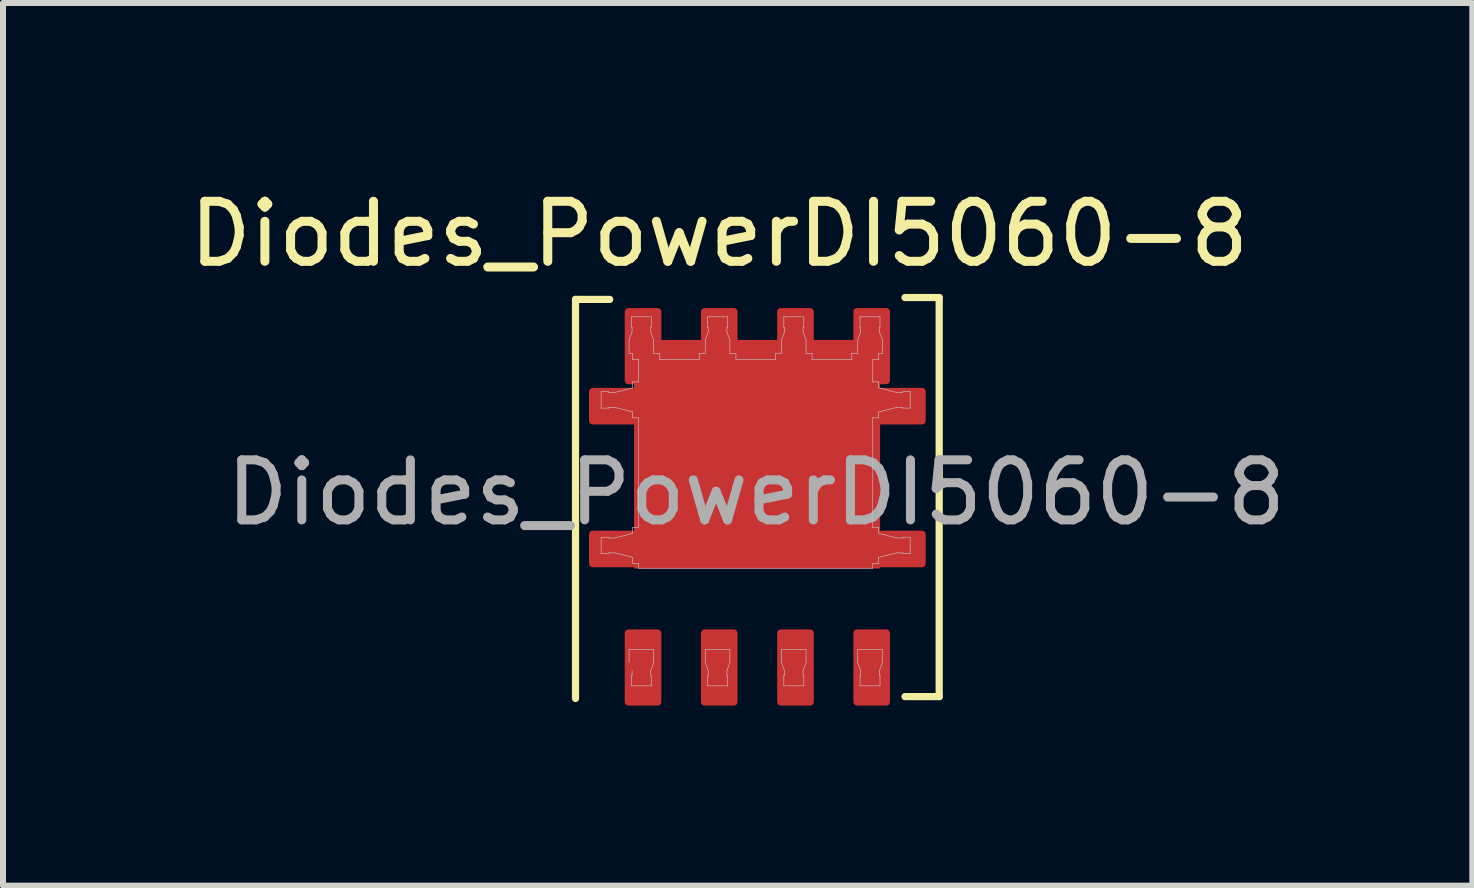
<source format=kicad_pcb>
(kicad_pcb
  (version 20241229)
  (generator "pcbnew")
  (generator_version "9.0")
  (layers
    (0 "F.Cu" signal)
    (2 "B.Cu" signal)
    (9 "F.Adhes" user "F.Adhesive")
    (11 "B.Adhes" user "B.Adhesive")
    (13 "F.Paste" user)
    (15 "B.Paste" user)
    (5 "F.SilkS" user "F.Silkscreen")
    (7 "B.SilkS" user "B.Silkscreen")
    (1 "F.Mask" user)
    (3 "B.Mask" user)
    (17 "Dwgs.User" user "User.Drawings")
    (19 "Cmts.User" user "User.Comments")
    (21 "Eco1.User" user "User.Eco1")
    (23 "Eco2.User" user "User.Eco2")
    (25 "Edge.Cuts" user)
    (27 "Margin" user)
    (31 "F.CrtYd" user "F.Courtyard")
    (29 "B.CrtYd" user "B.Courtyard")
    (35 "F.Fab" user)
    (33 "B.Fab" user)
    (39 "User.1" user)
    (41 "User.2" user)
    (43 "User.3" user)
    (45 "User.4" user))
  (footprint "Diodes_PowerDI5060-8"
    (layer "F.Cu")
    (at 9.57 6.418)
    (property "Reference" "Diodes_PowerDI5060-8" (at -0.635 -5.569 0) (unlocked yes) (layer "F.SilkS") (effects (font (size 1 1) (thickness 0.15))))
    (attr smd)
    (fp_line (start -3.03 -4.479) (end -3.03 2.171) (stroke (width 0.12) (type default)) (layer "F.SilkS"))
    (fp_line (start -3.03 -4.479) (end -2.46 -4.479) (stroke (width 0.12) (type default)) (layer "F.SilkS"))
    (fp_line (start 3.03 -4.51) (end 2.46 -4.51) (stroke (width 0.12) (type default)) (layer "F.SilkS"))
    (fp_line (start 3.03 2.14) (end 2.46 2.14) (stroke (width 0.12) (type default)) (layer "F.SilkS"))
    (fp_line (start 3.03 2.14) (end 3.03 -4.51) (stroke (width 0.12) (type default)) (layer "F.SilkS"))
    (fp_line (start -2.603 -2.941) (end -2.603 -2.668) (stroke (width 0.01) (type solid)) (layer "Dwgs.User"))
    (fp_line (start -2.603 -2.668) (end -2.478 -2.668) (stroke (width 0.01) (type solid)) (layer "Dwgs.User"))
    (fp_line (start -2.603 -0.516) (end -2.603 -0.243) (stroke (width 0.01) (type solid)) (layer "Dwgs.User"))
    (fp_line (start -2.603 -0.243) (end -2.478 -0.243) (stroke (width 0.01) (type solid)) (layer "Dwgs.User"))
    (fp_line (start -2.478 -2.941) (end -2.603 -2.941) (stroke (width 0.01) (type solid)) (layer "Dwgs.User"))
    (fp_line (start -2.478 -2.929) (end -2.478 -2.941) (stroke (width 0.01) (type solid)) (layer "Dwgs.User"))
    (fp_line (start -2.478 -2.679) (end -2.373 -2.679) (stroke (width 0.01) (type solid)) (layer "Dwgs.User"))
    (fp_line (start -2.478 -2.668) (end -2.478 -2.679) (stroke (width 0.01) (type solid)) (layer "Dwgs.User"))
    (fp_line (start -2.478 -0.516) (end -2.603 -0.516) (stroke (width 0.01) (type solid)) (layer "Dwgs.User"))
    (fp_line (start -2.478 -0.504) (end -2.478 -0.516) (stroke (width 0.01) (type solid)) (layer "Dwgs.User"))
    (fp_line (start -2.478 -0.255) (end -2.373 -0.255) (stroke (width 0.01) (type solid)) (layer "Dwgs.User"))
    (fp_line (start -2.478 -0.243) (end -2.478 -0.255) (stroke (width 0.01) (type solid)) (layer "Dwgs.User"))
    (fp_line (start -2.373 -2.929) (end -2.478 -2.929) (stroke (width 0.01) (type solid)) (layer "Dwgs.User"))
    (fp_line (start -2.373 -2.679) (end -2.078 -2.604) (stroke (width 0.01) (type solid)) (layer "Dwgs.User"))
    (fp_line (start -2.373 -0.504) (end -2.478 -0.504) (stroke (width 0.01) (type solid)) (layer "Dwgs.User"))
    (fp_line (start -2.373 -0.255) (end -2.078 -0.179) (stroke (width 0.01) (type solid)) (layer "Dwgs.User"))
    (fp_line (start -2.138 -3.802) (end -2.138 -3.579) (stroke (width 0.01) (type solid)) (layer "Dwgs.User"))
    (fp_line (start -2.138 -3.579) (end -2.078 -3.579) (stroke (width 0.01) (type solid)) (layer "Dwgs.User"))
    (fp_line (start -2.138 1.351) (end -1.728 1.351) (stroke (width 0.01) (type solid)) (layer "Dwgs.User"))
    (fp_line (start -2.138 1.573) (end -2.138 1.351) (stroke (width 0.01) (type solid)) (layer "Dwgs.User"))
    (fp_line (start -2.099 -4.189) (end -2.099 -4.014) (stroke (width 0.01) (type solid)) (layer "Dwgs.User"))
    (fp_line (start -2.099 -4.014) (end -2.087 -4.014) (stroke (width 0.01) (type solid)) (layer "Dwgs.User"))
    (fp_line (start -2.099 1.786) (end -2.087 1.786) (stroke (width 0.01) (type solid)) (layer "Dwgs.User"))
    (fp_line (start -2.099 1.96) (end -2.099 1.786) (stroke (width 0.01) (type solid)) (layer "Dwgs.User"))
    (fp_line (start -2.087 -4.014) (end -2.087 -3.939) (stroke (width 0.01) (type solid)) (layer "Dwgs.User"))
    (fp_line (start -2.087 -3.939) (end -2.138 -3.802) (stroke (width 0.01) (type solid)) (layer "Dwgs.User"))
    (fp_line (start -2.087 1.786) (end -2.087 1.71) (stroke (width 0.01) (type solid)) (layer "Dwgs.User"))
    (fp_line (start -2.078 -3.579) (end -2.078 -3.479) (stroke (width 0.01) (type solid)) (layer "Dwgs.User"))
    (fp_line (start -2.078 -3.479) (end -1.978 -3.479) (stroke (width 0.01) (type solid)) (layer "Dwgs.User"))
    (fp_line (start -2.078 -3.104) (end -2.078 -3.005) (stroke (width 0.01) (type solid)) (layer "Dwgs.User"))
    (fp_line (start -2.078 -3.005) (end -2.373 -2.929) (stroke (width 0.01) (type solid)) (layer "Dwgs.User"))
    (fp_line (start -2.078 -2.604) (end -2.078 -2.505) (stroke (width 0.01) (type solid)) (layer "Dwgs.User"))
    (fp_line (start -2.078 -2.505) (end -1.978 -2.505) (stroke (width 0.01) (type solid)) (layer "Dwgs.User"))
    (fp_line (start -2.078 -0.679) (end -2.078 -0.58) (stroke (width 0.01) (type solid)) (layer "Dwgs.User"))
    (fp_line (start -2.078 -0.58) (end -2.373 -0.504) (stroke (width 0.01) (type solid)) (layer "Dwgs.User"))
    (fp_line (start -2.078 -0.179) (end -2.078 -0.08) (stroke (width 0.01) (type solid)) (layer "Dwgs.User"))
    (fp_line (start -2.078 -0.08) (end -1.978 -0.08) (stroke (width 0.01) (type solid)) (layer "Dwgs.User"))
    (fp_line (start -1.978 -3.479) (end -1.978 -3.104) (stroke (width 0.01) (type solid)) (layer "Dwgs.User"))
    (fp_line (start -1.978 -3.104) (end -2.078 -3.104) (stroke (width 0.01) (type solid)) (layer "Dwgs.User"))
    (fp_line (start -1.978 -2.505) (end -1.978 -0.679) (stroke (width 0.01) (type solid)) (layer "Dwgs.User"))
    (fp_line (start -1.978 -0.679) (end -2.078 -0.679) (stroke (width 0.01) (type solid)) (layer "Dwgs.User"))
    (fp_line (start -1.978 -0.08) (end -1.978 0.001) (stroke (width 0.01) (type solid)) (layer "Dwgs.User"))
    (fp_line (start -1.978 0.001) (end 1.923 0.001) (stroke (width 0.01) (type solid)) (layer "Dwgs.User"))
    (fp_line (start -1.778 -4.014) (end -1.766 -4.014) (stroke (width 0.01) (type solid)) (layer "Dwgs.User"))
    (fp_line (start -1.778 -3.939) (end -1.778 -4.014) (stroke (width 0.01) (type solid)) (layer "Dwgs.User"))
    (fp_line (start -1.778 1.71) (end -1.778 1.786) (stroke (width 0.01) (type solid)) (layer "Dwgs.User"))
    (fp_line (start -1.778 1.786) (end -1.766 1.786) (stroke (width 0.01) (type solid)) (layer "Dwgs.User"))
    (fp_line (start -1.766 -4.189) (end -2.099 -4.189) (stroke (width 0.01) (type solid)) (layer "Dwgs.User"))
    (fp_line (start -1.766 -4.014) (end -1.766 -4.189) (stroke (width 0.01) (type solid)) (layer "Dwgs.User"))
    (fp_line (start -1.766 1.786) (end -1.766 1.96) (stroke (width 0.01) (type solid)) (layer "Dwgs.User"))
    (fp_line (start -1.766 1.96) (end -2.099 1.96) (stroke (width 0.01) (type solid)) (layer "Dwgs.User"))
    (fp_line (start -1.728 -3.802) (end -1.778 -3.939) (stroke (width 0.01) (type solid)) (layer "Dwgs.User"))
    (fp_line (start -1.728 -3.579) (end -1.728 -3.802) (stroke (width 0.01) (type solid)) (layer "Dwgs.User"))
    (fp_line (start -1.728 1.351) (end -1.728 1.573) (stroke (width 0.01) (type solid)) (layer "Dwgs.User"))
    (fp_line (start -1.728 1.573) (end -1.778 1.71) (stroke (width 0.01) (type solid)) (layer "Dwgs.User"))
    (fp_line (start -1.627 -3.579) (end -1.728 -3.579) (stroke (width 0.01) (type solid)) (layer "Dwgs.User"))
    (fp_line (start -1.627 -3.479) (end -1.627 -3.579) (stroke (width 0.01) (type solid)) (layer "Dwgs.User"))
    (fp_line (start -0.968 -3.579) (end -0.968 -3.479) (stroke (width 0.01) (type solid)) (layer "Dwgs.User"))
    (fp_line (start -0.968 -3.479) (end -1.627 -3.479) (stroke (width 0.01) (type solid)) (layer "Dwgs.User"))
    (fp_line (start -0.868 -3.802) (end -0.868 -3.579) (stroke (width 0.01) (type solid)) (layer "Dwgs.User"))
    (fp_line (start -0.868 -3.579) (end -0.968 -3.579) (stroke (width 0.01) (type solid)) (layer "Dwgs.User"))
    (fp_line (start -0.868 1.351) (end -0.458 1.351) (stroke (width 0.01) (type solid)) (layer "Dwgs.User"))
    (fp_line (start -0.868 1.573) (end -0.868 1.351) (stroke (width 0.01) (type solid)) (layer "Dwgs.User"))
    (fp_line (start -0.829 -4.189) (end -0.829 -4.014) (stroke (width 0.01) (type solid)) (layer "Dwgs.User"))
    (fp_line (start -0.829 -4.014) (end -0.818 -4.014) (stroke (width 0.01) (type solid)) (layer "Dwgs.User"))
    (fp_line (start -0.829 1.786) (end -0.818 1.786) (stroke (width 0.01) (type solid)) (layer "Dwgs.User"))
    (fp_line (start -0.829 1.96) (end -0.829 1.786) (stroke (width 0.01) (type solid)) (layer "Dwgs.User"))
    (fp_line (start -0.818 -4.014) (end -0.818 -3.939) (stroke (width 0.01) (type solid)) (layer "Dwgs.User"))
    (fp_line (start -0.818 -3.939) (end -0.868 -3.802) (stroke (width 0.01) (type solid)) (layer "Dwgs.User"))
    (fp_line (start -0.818 1.71) (end -0.868 1.573) (stroke (width 0.01) (type solid)) (layer "Dwgs.User"))
    (fp_line (start -0.818 1.786) (end -0.818 1.71) (stroke (width 0.01) (type solid)) (layer "Dwgs.User"))
    (fp_line (start -0.507 -4.014) (end -0.496 -4.014) (stroke (width 0.01) (type solid)) (layer "Dwgs.User"))
    (fp_line (start -0.507 -3.939) (end -0.507 -4.014) (stroke (width 0.01) (type solid)) (layer "Dwgs.User"))
    (fp_line (start -0.507 1.71) (end -0.507 1.786) (stroke (width 0.01) (type solid)) (layer "Dwgs.User"))
    (fp_line (start -0.507 1.786) (end -0.496 1.786) (stroke (width 0.01) (type solid)) (layer "Dwgs.User"))
    (fp_line (start -0.496 -4.189) (end -0.829 -4.189) (stroke (width 0.01) (type solid)) (layer "Dwgs.User"))
    (fp_line (start -0.496 -4.014) (end -0.496 -4.189) (stroke (width 0.01) (type solid)) (layer "Dwgs.User"))
    (fp_line (start -0.496 1.786) (end -0.496 1.96) (stroke (width 0.01) (type solid)) (layer "Dwgs.User"))
    (fp_line (start -0.496 1.96) (end -0.829 1.96) (stroke (width 0.01) (type solid)) (layer "Dwgs.User"))
    (fp_line (start -0.458 -3.802) (end -0.507 -3.939) (stroke (width 0.01) (type solid)) (layer "Dwgs.User"))
    (fp_line (start -0.458 -3.579) (end -0.458 -3.802) (stroke (width 0.01) (type solid)) (layer "Dwgs.User"))
    (fp_line (start -0.458 1.351) (end -0.458 1.573) (stroke (width 0.01) (type solid)) (layer "Dwgs.User"))
    (fp_line (start -0.458 1.573) (end -0.507 1.71) (stroke (width 0.01) (type solid)) (layer "Dwgs.User"))
    (fp_line (start -0.357 -3.579) (end -0.458 -3.579) (stroke (width 0.01) (type solid)) (layer "Dwgs.User"))
    (fp_line (start -0.357 -3.479) (end -0.357 -3.579) (stroke (width 0.01) (type solid)) (layer "Dwgs.User"))
    (fp_line (start 0.302 -3.579) (end 0.302 -3.479) (stroke (width 0.01) (type solid)) (layer "Dwgs.User"))
    (fp_line (start 0.302 -3.479) (end -0.357 -3.479) (stroke (width 0.01) (type solid)) (layer "Dwgs.User"))
    (fp_line (start 0.403 -3.802) (end 0.403 -3.579) (stroke (width 0.01) (type solid)) (layer "Dwgs.User"))
    (fp_line (start 0.403 -3.579) (end 0.302 -3.579) (stroke (width 0.01) (type solid)) (layer "Dwgs.User"))
    (fp_line (start 0.403 1.351) (end 0.812 1.351) (stroke (width 0.01) (type solid)) (layer "Dwgs.User"))
    (fp_line (start 0.403 1.573) (end 0.403 1.351) (stroke (width 0.01) (type solid)) (layer "Dwgs.User"))
    (fp_line (start 0.441 -4.189) (end 0.441 -4.014) (stroke (width 0.01) (type solid)) (layer "Dwgs.User"))
    (fp_line (start 0.441 -4.014) (end 0.453 -4.014) (stroke (width 0.01) (type solid)) (layer "Dwgs.User"))
    (fp_line (start 0.441 1.786) (end 0.453 1.786) (stroke (width 0.01) (type solid)) (layer "Dwgs.User"))
    (fp_line (start 0.441 1.96) (end 0.441 1.786) (stroke (width 0.01) (type solid)) (layer "Dwgs.User"))
    (fp_line (start 0.453 -4.014) (end 0.453 -3.939) (stroke (width 0.01) (type solid)) (layer "Dwgs.User"))
    (fp_line (start 0.453 -3.939) (end 0.403 -3.802) (stroke (width 0.01) (type solid)) (layer "Dwgs.User"))
    (fp_line (start 0.453 1.71) (end 0.403 1.573) (stroke (width 0.01) (type solid)) (layer "Dwgs.User"))
    (fp_line (start 0.453 1.786) (end 0.453 1.71) (stroke (width 0.01) (type solid)) (layer "Dwgs.User"))
    (fp_line (start 0.762 -4.014) (end 0.774 -4.014) (stroke (width 0.01) (type solid)) (layer "Dwgs.User"))
    (fp_line (start 0.762 -3.939) (end 0.762 -4.014) (stroke (width 0.01) (type solid)) (layer "Dwgs.User"))
    (fp_line (start 0.762 1.71) (end 0.762 1.786) (stroke (width 0.01) (type solid)) (layer "Dwgs.User"))
    (fp_line (start 0.762 1.786) (end 0.774 1.786) (stroke (width 0.01) (type solid)) (layer "Dwgs.User"))
    (fp_line (start 0.774 -4.189) (end 0.441 -4.189) (stroke (width 0.01) (type solid)) (layer "Dwgs.User"))
    (fp_line (start 0.774 -4.014) (end 0.774 -4.189) (stroke (width 0.01) (type solid)) (layer "Dwgs.User"))
    (fp_line (start 0.774 1.786) (end 0.774 1.96) (stroke (width 0.01) (type solid)) (layer "Dwgs.User"))
    (fp_line (start 0.774 1.96) (end 0.441 1.96) (stroke (width 0.01) (type solid)) (layer "Dwgs.User"))
    (fp_line (start 0.812 -3.802) (end 0.762 -3.939) (stroke (width 0.01) (type solid)) (layer "Dwgs.User"))
    (fp_line (start 0.812 -3.579) (end 0.812 -3.802) (stroke (width 0.01) (type solid)) (layer "Dwgs.User"))
    (fp_line (start 0.812 1.351) (end 0.812 1.573) (stroke (width 0.01) (type solid)) (layer "Dwgs.User"))
    (fp_line (start 0.812 1.573) (end 0.762 1.71) (stroke (width 0.01) (type solid)) (layer "Dwgs.User"))
    (fp_line (start 0.912 -3.579) (end 0.812 -3.579) (stroke (width 0.01) (type solid)) (layer "Dwgs.User"))
    (fp_line (start 0.912 -3.479) (end 0.912 -3.579) (stroke (width 0.01) (type solid)) (layer "Dwgs.User"))
    (fp_line (start 1.573 -3.579) (end 1.573 -3.479) (stroke (width 0.01) (type solid)) (layer "Dwgs.User"))
    (fp_line (start 1.573 -3.479) (end 0.912 -3.479) (stroke (width 0.01) (type solid)) (layer "Dwgs.User"))
    (fp_line (start 1.673 -3.802) (end 1.673 -3.579) (stroke (width 0.01) (type solid)) (layer "Dwgs.User"))
    (fp_line (start 1.673 -3.579) (end 1.573 -3.579) (stroke (width 0.01) (type solid)) (layer "Dwgs.User"))
    (fp_line (start 1.673 1.351) (end 2.083 1.351) (stroke (width 0.01) (type solid)) (layer "Dwgs.User"))
    (fp_line (start 1.673 1.573) (end 1.673 1.351) (stroke (width 0.01) (type solid)) (layer "Dwgs.User"))
    (fp_line (start 1.711 -4.189) (end 1.711 -4.014) (stroke (width 0.01) (type solid)) (layer "Dwgs.User"))
    (fp_line (start 1.711 -4.014) (end 1.722 -4.014) (stroke (width 0.01) (type solid)) (layer "Dwgs.User"))
    (fp_line (start 1.711 1.786) (end 1.722 1.786) (stroke (width 0.01) (type solid)) (layer "Dwgs.User"))
    (fp_line (start 1.711 1.96) (end 1.711 1.786) (stroke (width 0.01) (type solid)) (layer "Dwgs.User"))
    (fp_line (start 1.722 -4.014) (end 1.722 -3.939) (stroke (width 0.01) (type solid)) (layer "Dwgs.User"))
    (fp_line (start 1.722 -3.939) (end 1.673 -3.802) (stroke (width 0.01) (type solid)) (layer "Dwgs.User"))
    (fp_line (start 1.722 1.71) (end 1.673 1.573) (stroke (width 0.01) (type solid)) (layer "Dwgs.User"))
    (fp_line (start 1.722 1.786) (end 1.722 1.71) (stroke (width 0.01) (type solid)) (layer "Dwgs.User"))
    (fp_line (start 1.923 -3.479) (end 2.022 -3.479) (stroke (width 0.01) (type solid)) (layer "Dwgs.User"))
    (fp_line (start 1.923 -3.104) (end 1.923 -3.479) (stroke (width 0.01) (type solid)) (layer "Dwgs.User"))
    (fp_line (start 1.923 -2.505) (end 2.022 -2.505) (stroke (width 0.01) (type solid)) (layer "Dwgs.User"))
    (fp_line (start 1.923 -0.679) (end 1.923 -2.505) (stroke (width 0.01) (type solid)) (layer "Dwgs.User"))
    (fp_line (start 1.923 -0.08) (end 2.022 -0.08) (stroke (width 0.01) (type solid)) (layer "Dwgs.User"))
    (fp_line (start 1.923 0.001) (end 1.923 -0.08) (stroke (width 0.01) (type solid)) (layer "Dwgs.User"))
    (fp_line (start 2.022 -3.579) (end 2.083 -3.579) (stroke (width 0.01) (type solid)) (layer "Dwgs.User"))
    (fp_line (start 2.022 -3.479) (end 2.022 -3.579) (stroke (width 0.01) (type solid)) (layer "Dwgs.User"))
    (fp_line (start 2.022 -3.104) (end 1.923 -3.104) (stroke (width 0.01) (type solid)) (layer "Dwgs.User"))
    (fp_line (start 2.022 -3.005) (end 2.022 -3.104) (stroke (width 0.01) (type solid)) (layer "Dwgs.User"))
    (fp_line (start 2.022 -2.604) (end 2.317 -2.679) (stroke (width 0.01) (type solid)) (layer "Dwgs.User"))
    (fp_line (start 2.022 -2.505) (end 2.022 -2.604) (stroke (width 0.01) (type solid)) (layer "Dwgs.User"))
    (fp_line (start 2.022 -0.679) (end 1.923 -0.679) (stroke (width 0.01) (type solid)) (layer "Dwgs.User"))
    (fp_line (start 2.022 -0.58) (end 2.022 -0.679) (stroke (width 0.01) (type solid)) (layer "Dwgs.User"))
    (fp_line (start 2.022 -0.179) (end 2.317 -0.255) (stroke (width 0.01) (type solid)) (layer "Dwgs.User"))
    (fp_line (start 2.022 -0.08) (end 2.022 -0.179) (stroke (width 0.01) (type solid)) (layer "Dwgs.User"))
    (fp_line (start 2.033 -4.014) (end 2.044 -4.014) (stroke (width 0.01) (type solid)) (layer "Dwgs.User"))
    (fp_line (start 2.033 -3.939) (end 2.033 -4.014) (stroke (width 0.01) (type solid)) (layer "Dwgs.User"))
    (fp_line (start 2.033 1.71) (end 2.033 1.786) (stroke (width 0.01) (type solid)) (layer "Dwgs.User"))
    (fp_line (start 2.033 1.786) (end 2.044 1.786) (stroke (width 0.01) (type solid)) (layer "Dwgs.User"))
    (fp_line (start 2.044 -4.189) (end 1.711 -4.189) (stroke (width 0.01) (type solid)) (layer "Dwgs.User"))
    (fp_line (start 2.044 -4.014) (end 2.044 -4.189) (stroke (width 0.01) (type solid)) (layer "Dwgs.User"))
    (fp_line (start 2.044 1.786) (end 2.044 1.96) (stroke (width 0.01) (type solid)) (layer "Dwgs.User"))
    (fp_line (start 2.044 1.96) (end 1.711 1.96) (stroke (width 0.01) (type solid)) (layer "Dwgs.User"))
    (fp_line (start 2.083 -3.802) (end 2.033 -3.939) (stroke (width 0.01) (type solid)) (layer "Dwgs.User"))
    (fp_line (start 2.083 -3.579) (end 2.083 -3.802) (stroke (width 0.01) (type solid)) (layer "Dwgs.User"))
    (fp_line (start 2.083 1.351) (end 2.083 1.573) (stroke (width 0.01) (type solid)) (layer "Dwgs.User"))
    (fp_line (start 2.083 1.573) (end 2.033 1.71) (stroke (width 0.01) (type solid)) (layer "Dwgs.User"))
    (fp_line (start 2.317 -2.929) (end 2.022 -3.005) (stroke (width 0.01) (type solid)) (layer "Dwgs.User"))
    (fp_line (start 2.317 -2.679) (end 2.422 -2.679) (stroke (width 0.01) (type solid)) (layer "Dwgs.User"))
    (fp_line (start 2.317 -0.504) (end 2.022 -0.58) (stroke (width 0.01) (type solid)) (layer "Dwgs.User"))
    (fp_line (start 2.317 -0.255) (end 2.422 -0.255) (stroke (width 0.01) (type solid)) (layer "Dwgs.User"))
    (fp_line (start 2.422 -2.941) (end 2.422 -2.929) (stroke (width 0.01) (type solid)) (layer "Dwgs.User"))
    (fp_line (start 2.422 -2.929) (end 2.317 -2.929) (stroke (width 0.01) (type solid)) (layer "Dwgs.User"))
    (fp_line (start 2.422 -2.679) (end 2.422 -2.668) (stroke (width 0.01) (type solid)) (layer "Dwgs.User"))
    (fp_line (start 2.422 -2.668) (end 2.547 -2.668) (stroke (width 0.01) (type solid)) (layer "Dwgs.User"))
    (fp_line (start 2.422 -0.516) (end 2.422 -0.504) (stroke (width 0.01) (type solid)) (layer "Dwgs.User"))
    (fp_line (start 2.422 -0.504) (end 2.317 -0.504) (stroke (width 0.01) (type solid)) (layer "Dwgs.User"))
    (fp_line (start 2.422 -0.255) (end 2.422 -0.243) (stroke (width 0.01) (type solid)) (layer "Dwgs.User"))
    (fp_line (start 2.422 -0.243) (end 2.547 -0.243) (stroke (width 0.01) (type solid)) (layer "Dwgs.User"))
    (fp_line (start 2.547 -2.941) (end 2.422 -2.941) (stroke (width 0.01) (type solid)) (layer "Dwgs.User"))
    (fp_line (start 2.547 -2.668) (end 2.547 -2.941) (stroke (width 0.01) (type solid)) (layer "Dwgs.User"))
    (fp_line (start 2.547 -0.516) (end 2.422 -0.516) (stroke (width 0.01) (type solid)) (layer "Dwgs.User"))
    (fp_line (start 2.547 -0.243) (end 2.547 -0.516) (stroke (width 0.01) (type solid)) (layer "Dwgs.User"))
    (fp_text user "${REFERENCE}" (at -0.02 -1.26 0) (unlocked yes) (layer "F.Fab") (effects (font (size 1 1) (thickness 0.15))))
    (pad "1" smd roundrect (at -1.905 1.655) (size 0.61 1.27) (layers "F.Cu" "F.Mask" "F.Paste") (roundrect_rratio 0.1))
    (pad "2" smd roundrect (at -0.635 1.655) (size 0.61 1.27) (layers "F.Cu" "F.Mask" "F.Paste") (roundrect_rratio 0.1))
    (pad "3" smd roundrect (at 0.635 1.655) (size 0.61 1.27) (layers "F.Cu" "F.Mask" "F.Paste") (roundrect_rratio 0.1))
    (pad "4" smd roundrect (at 1.905 1.655) (size 0.61 1.27) (layers "F.Cu" "F.Mask" "F.Paste") (roundrect_rratio 0.1))
    (pad "5" smd roundrect (at -2.17 -2.7 90) (size 0.61 1.27) (layers "F.Cu" "F.Mask" "F.Paste") (roundrect_rratio 0.1))
    (pad "5" smd roundrect (at -2.17 -0.32 90) (size 0.61 1.27) (layers "F.Cu" "F.Mask" "F.Paste") (roundrect_rratio 0.1))
    (pad "5" smd roundrect (at -1.905 -3.7) (size 0.61 1.27) (layers "F.Cu" "F.Mask" "F.Paste") (roundrect_rratio 0.1))
    (pad "5" smd roundrect (at -0.635 -3.7) (size 0.61 1.27) (layers "F.Cu" "F.Mask" "F.Paste") (roundrect_rratio 0.1))
    (pad "5" smd rect (at -0.005 -1.899) (size 4.1 3.81) (layers "F.Cu" "F.Mask" "F.Paste"))
    (pad "5" smd roundrect (at 0.635 -3.7) (size 0.61 1.27) (layers "F.Cu" "F.Mask" "F.Paste") (roundrect_rratio 0.1))
    (pad "5" smd roundrect (at 1.905 -3.7) (size 0.61 1.27) (layers "F.Cu" "F.Mask" "F.Paste") (roundrect_rratio 0.1))
    (pad "5" smd roundrect (at 2.17 -2.7 90) (size 0.61 1.27) (layers "F.Cu" "F.Mask" "F.Paste") (roundrect_rratio 0.1))
    (pad "5" smd roundrect (at 2.17 -0.32 90) (size 0.61 1.27) (layers "F.Cu" "F.Mask" "F.Paste") (roundrect_rratio 0.1)))
  (gr_rect
    (start -3 -3)
    (end 21.484 11.708)
    (stroke (width 0.1) (type default))
    (fill no)
    (layer "Edge.Cuts")))
</source>
